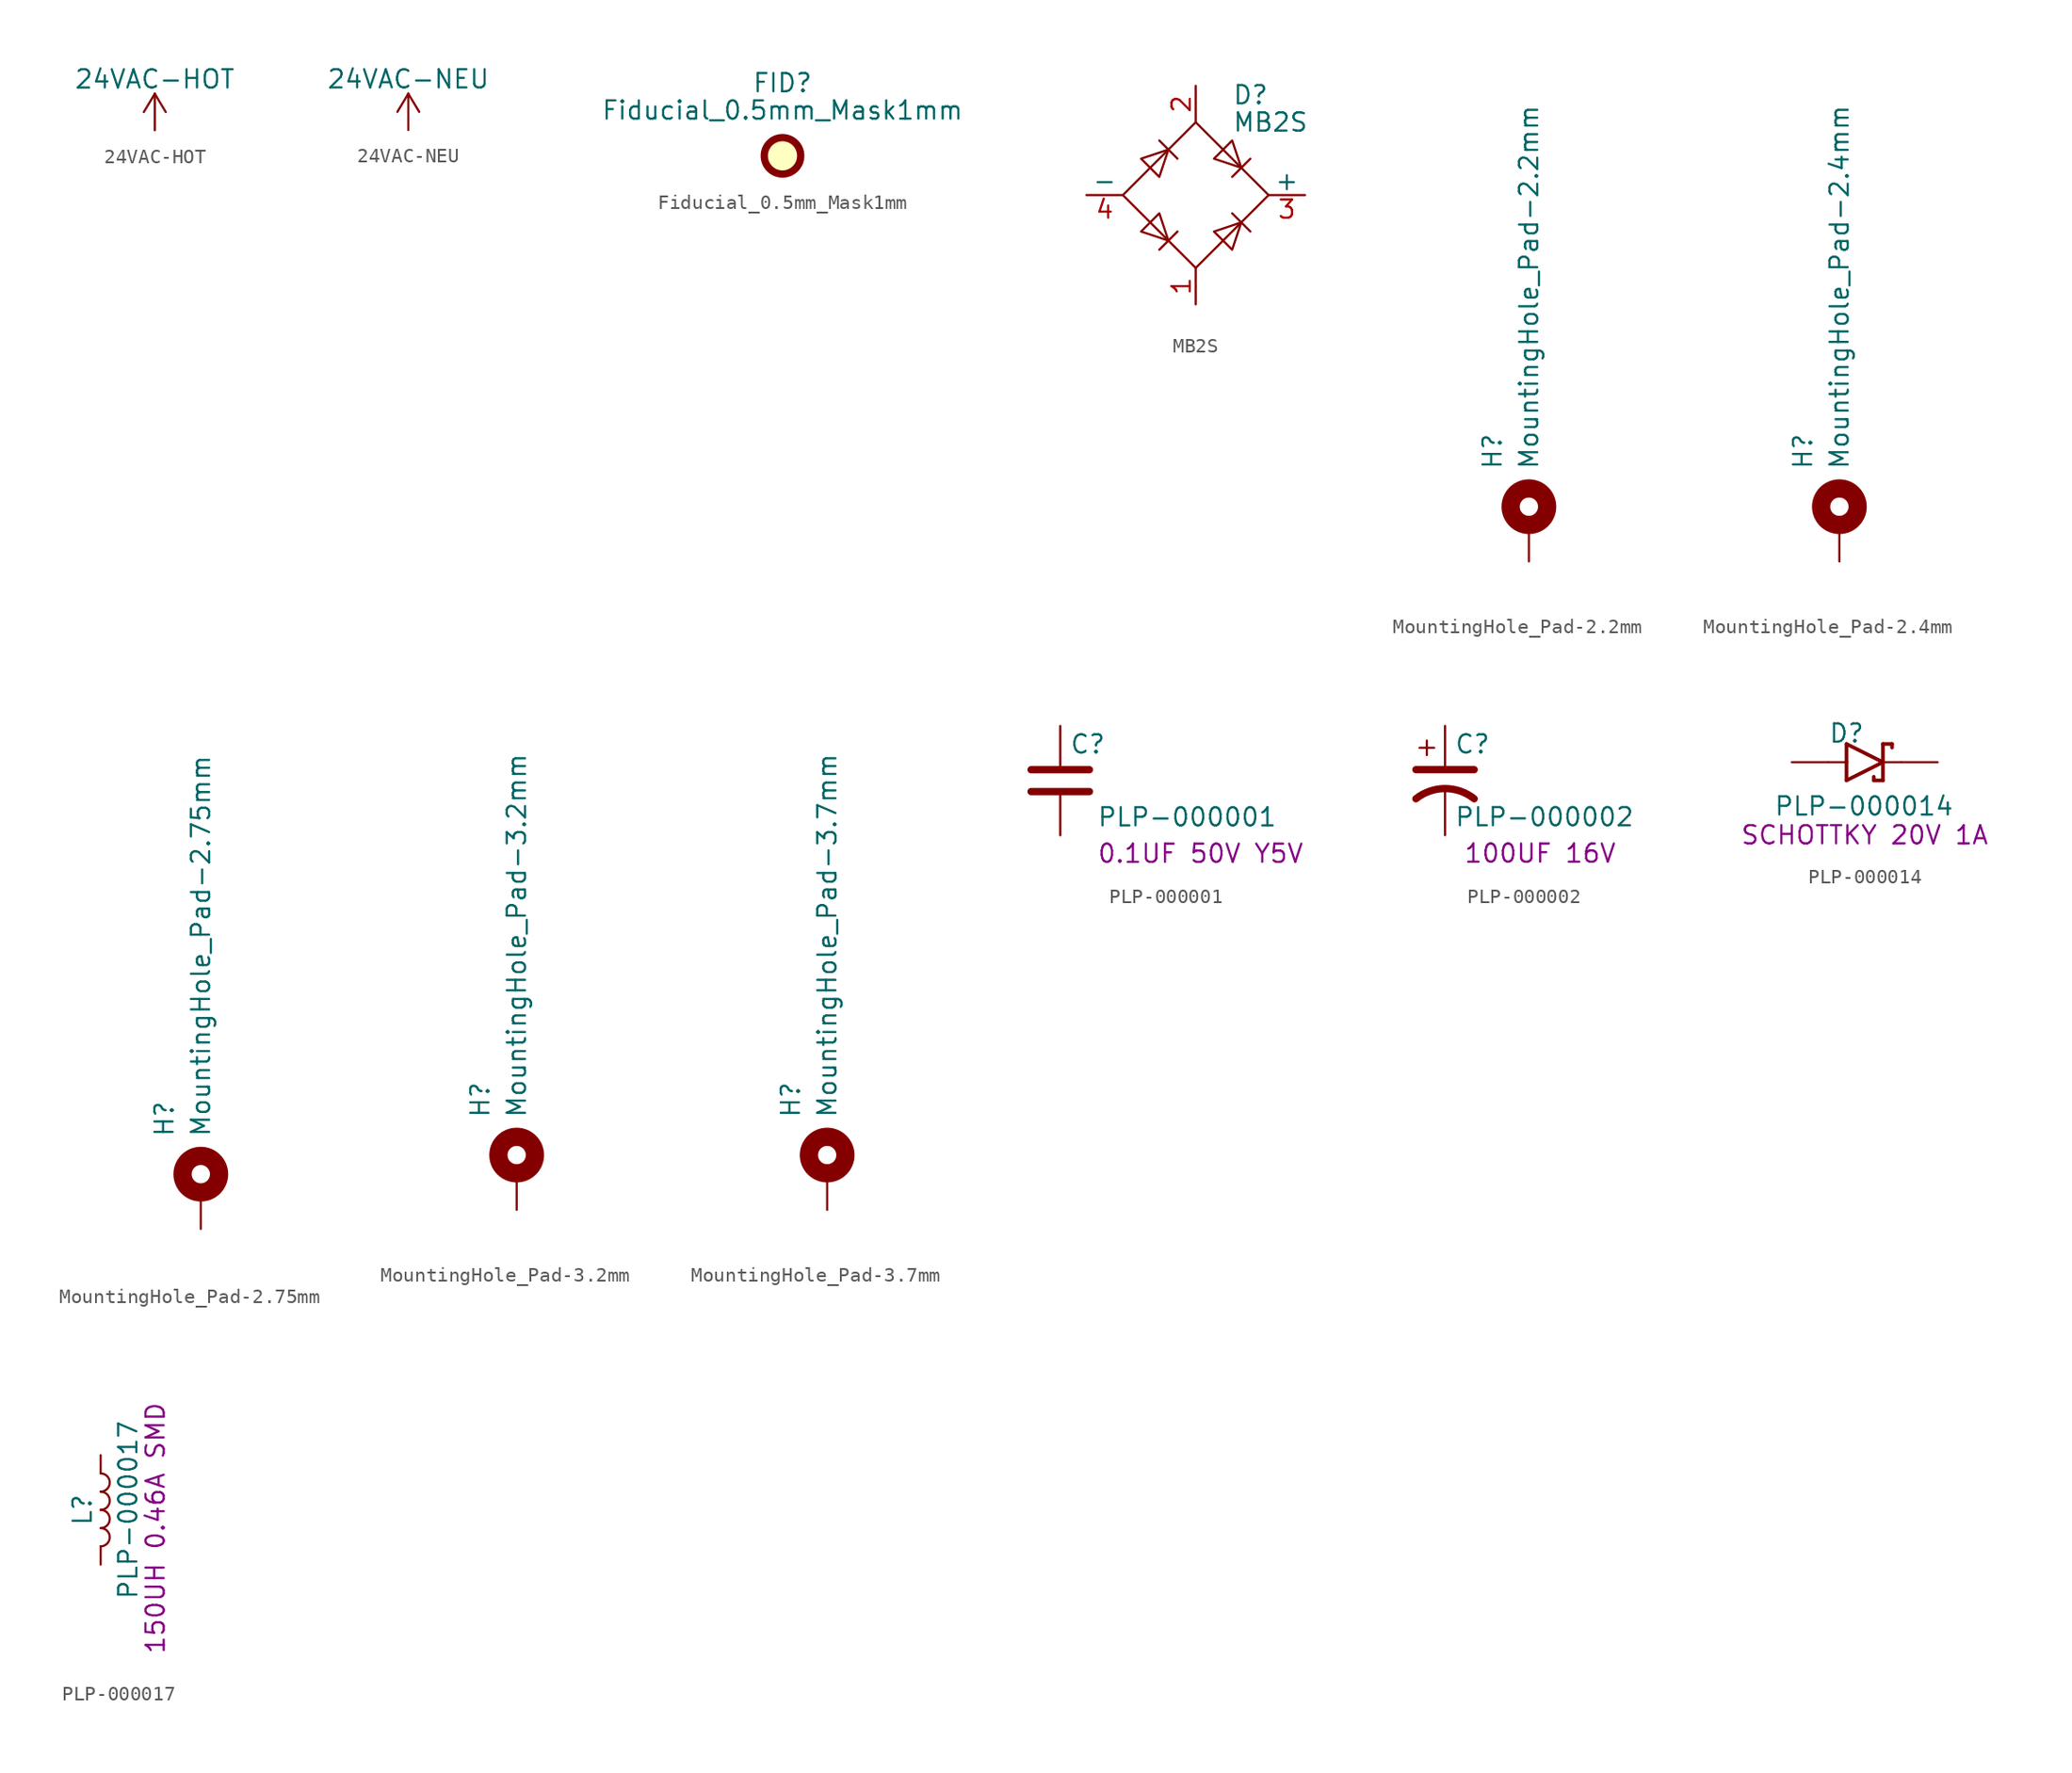
<source format=kicad_sym>
(kicad_symbol_lib
  (version 20241209)
  (generator "kicad_symbol_editor")
  (generator_version "9.0")
  (symbol "24VAC-HOT"
    (power)
    (pin_numbers
      (hide yes))
    (pin_names
      (offset 0)
      (hide yes))
    (property "Reference" "#PWR"
      (at 0 -3.81 0)
      (effects (font (size 1.27 1.27)) (hide yes)))
    (property "Value" "24VAC-HOT"
      (at 0 3.556 0)
      (effects (font (size 1.27 1.27))))
    (symbol "24VAC-HOT_0_1"
      (polyline (pts (xy -0.762 1.27) (xy 0 2.54)) (stroke (width 0) (type default)) (fill (type none)))
      (polyline (pts (xy 0 2.54) (xy 0.762 1.27)) (stroke (width 0) (type default)) (fill (type none)))
      (polyline (pts (xy 0 0) (xy 0 2.54)) (stroke (width 0) (type default)) (fill (type none))))
    (symbol "24VAC-HOT_1_1"
      (pin power_in line (at 0 0 90) (length 0) (hide yes) (name "24VAC-HOT" (effects (font (size 0.3 0.3)))) (number "1" (effects (font (size 0.3 0.3)))))))
  (symbol "24VAC-NEU"
    (power)
    (pin_numbers
      (hide yes))
    (pin_names
      (offset 0)
      (hide yes))
    (property "Reference" "#PWR"
      (at 0 -3.81 0)
      (effects (font (size 1.27 1.27)) (hide yes)))
    (property "Value" "24VAC-NEU"
      (at 0 3.556 0)
      (effects (font (size 1.27 1.27))))
    (symbol "24VAC-NEU_0_1"
      (polyline (pts (xy -0.762 1.27) (xy 0 2.54)) (stroke (width 0) (type default)) (fill (type none)))
      (polyline (pts (xy 0 2.54) (xy 0.762 1.27)) (stroke (width 0) (type default)) (fill (type none)))
      (polyline (pts (xy 0 0) (xy 0 2.54)) (stroke (width 0) (type default)) (fill (type none))))
    (symbol "24VAC-NEU_1_1"
      (pin power_in line (at 0 0 90) (length 0) (hide yes) (name "24VAC-NEU" (effects (font (size 0.3 0.3)))) (number "1" (effects (font (size 0.3 0.3)))))))
  (symbol "Fiducial_0.5mm_Mask1mm"
    (property "Reference" "FID"
      (at 0 5.08 0)
      (effects (font (size 1.27 1.27))))
    (property "Value" "Fiducial_0.5mm_Mask1mm"
      (at 0 3.175 0)
      (effects (font (size 1.27 1.27))))
    (symbol "Fiducial_0.5mm_Mask1mm_0_1"
      (circle (center 0 0) (radius 1.27) (stroke (width 0.508) (type default)) (fill (type background)))))
  (symbol "MB2S"
    (pin_names
      (offset 0))
    (property "Reference" "D"
      (at 2.54 6.985 0)
      (effects (font (size 1.27 1.27)) (justify left)))
    (property "Value" "MB2S"
      (at 2.54 5.08 0)
      (effects (font (size 1.27 1.27)) (justify left)))
    (symbol "MB2S_0_1"
      (polyline (pts (xy -5.08 0) (xy 0 -5.08) (xy 5.08 0) (xy 0 5.08) (xy -5.08 0)) (stroke (width 0) (type default)) (fill (type none)))
      (polyline (pts (xy -3.81 2.54) (xy -2.54 1.27) (xy -1.905 3.175) (xy -3.81 2.54)) (stroke (width 0) (type default)) (fill (type none)))
      (polyline (pts (xy -2.54 3.81) (xy -1.27 2.54)) (stroke (width 0) (type default)) (fill (type none)))
      (polyline (pts (xy -2.54 -1.27) (xy -3.81 -2.54) (xy -1.905 -3.175) (xy -2.54 -1.27)) (stroke (width 0) (type default)) (fill (type none)))
      (polyline (pts (xy -1.27 -2.54) (xy -2.54 -3.81)) (stroke (width 0) (type default)) (fill (type none)))
      (polyline (pts (xy 1.27 2.54) (xy 2.54 3.81) (xy 3.175 1.905) (xy 1.27 2.54)) (stroke (width 0) (type default)) (fill (type none)))
      (polyline (pts (xy 2.54 1.27) (xy 3.81 2.54)) (stroke (width 0) (type default)) (fill (type none)))
      (polyline (pts (xy 2.54 -1.27) (xy 3.81 -2.54)) (stroke (width 0) (type default)) (fill (type none)))
      (polyline (pts (xy 3.175 -1.905) (xy 1.27 -2.54) (xy 2.54 -3.81) (xy 3.175 -1.905)) (stroke (width 0) (type default)) (fill (type none))))
    (symbol "MB2S_1_1"
      (pin passive line (at -7.62 0 0) (length 2.54) (name "-" (effects (font (size 1.27 1.27)))) (number "4" (effects (font (size 1.27 1.27)))))
      (pin passive line (at 0 7.62 270) (length 2.54) (name "~" (effects (font (size 1.27 1.27)))) (number "2" (effects (font (size 1.27 1.27)))))
      (pin passive line (at 0 -7.62 90) (length 2.54) (name "~" (effects (font (size 1.27 1.27)))) (number "1" (effects (font (size 1.27 1.27)))))
      (pin passive line (at 7.62 0 180) (length 2.54) (name "+" (effects (font (size 1.27 1.27)))) (number "3" (effects (font (size 1.27 1.27)))))))
  (symbol "MountingHole_Pad-2.2mm"
    (pin_numbers
      (hide yes))
    (pin_names
      (offset 1.016)
      (hide yes))
    (property "Reference" "H"
      (at -2.54 3.81 90)
      (effects (font (size 1.27 1.27)) (justify left)))
    (property "Value" "MountingHole_Pad-2.2mm"
      (at 0 3.81 90)
      (effects (font (size 1.27 1.27)) (justify left)))
    (symbol "MountingHole_Pad-2.2mm_0_1"
      (circle (center 0 1.27) (radius 1.27) (stroke (width 1.27) (type default)) (fill (type none))))
    (symbol "MountingHole_Pad-2.2mm_1_1"
      (pin input line (at 0 -2.54 90) (length 2.54) (name "1" (effects (font (size 1.27 1.27)))) (number "1" (effects (font (size 1.27 1.27)))))))
  (symbol "MountingHole_Pad-2.4mm"
    (pin_numbers
      (hide yes))
    (pin_names
      (offset 1.016)
      (hide yes))
    (property "Reference" "H"
      (at -2.54 3.81 90)
      (effects (font (size 1.27 1.27)) (justify left)))
    (property "Value" "MountingHole_Pad-2.4mm"
      (at 0 3.81 90)
      (effects (font (size 1.27 1.27)) (justify left)))
    (symbol "MountingHole_Pad-2.4mm_0_1"
      (circle (center 0 1.27) (radius 1.27) (stroke (width 1.27) (type default)) (fill (type none))))
    (symbol "MountingHole_Pad-2.4mm_1_1"
      (pin input line (at 0 -2.54 90) (length 2.54) (name "1" (effects (font (size 1.27 1.27)))) (number "1" (effects (font (size 1.27 1.27)))))))
  (symbol "MountingHole_Pad-2.75mm"
    (pin_numbers
      (hide yes))
    (pin_names
      (offset 1.016)
      (hide yes))
    (property "Reference" "H"
      (at -2.54 3.81 90)
      (effects (font (size 1.27 1.27)) (justify left)))
    (property "Value" "MountingHole_Pad-2.75mm"
      (at 0 3.81 90)
      (effects (font (size 1.27 1.27)) (justify left)))
    (symbol "MountingHole_Pad-2.75mm_0_1"
      (circle (center 0 1.27) (radius 1.27) (stroke (width 1.27) (type default)) (fill (type none))))
    (symbol "MountingHole_Pad-2.75mm_1_1"
      (pin input line (at 0 -2.54 90) (length 2.54) (name "1" (effects (font (size 1.27 1.27)))) (number "1" (effects (font (size 1.27 1.27)))))))
  (symbol "MountingHole_Pad-3.2mm"
    (pin_numbers
      (hide yes))
    (pin_names
      (offset 1.016)
      (hide yes))
    (property "Reference" "H"
      (at -2.54 3.81 90)
      (effects (font (size 1.27 1.27)) (justify left)))
    (property "Value" "MountingHole_Pad-3.2mm"
      (at 0 3.81 90)
      (effects (font (size 1.27 1.27)) (justify left)))
    (symbol "MountingHole_Pad-3.2mm_0_1"
      (circle (center 0 1.27) (radius 1.27) (stroke (width 1.27) (type default)) (fill (type none))))
    (symbol "MountingHole_Pad-3.2mm_1_1"
      (pin input line (at 0 -2.54 90) (length 2.54) (name "1" (effects (font (size 1.27 1.27)))) (number "1" (effects (font (size 1.27 1.27)))))))
  (symbol "MountingHole_Pad-3.7mm"
    (pin_numbers
      (hide yes))
    (pin_names
      (offset 1.016)
      (hide yes))
    (property "Reference" "H"
      (at -2.54 3.81 90)
      (effects (font (size 1.27 1.27)) (justify left)))
    (property "Value" "MountingHole_Pad-3.7mm"
      (at 0 3.81 90)
      (effects (font (size 1.27 1.27)) (justify left)))
    (symbol "MountingHole_Pad-3.7mm_0_1"
      (circle (center 0 1.27) (radius 1.27) (stroke (width 1.27) (type default)) (fill (type none))))
    (symbol "MountingHole_Pad-3.7mm_1_1"
      (pin input line (at 0 -2.54 90) (length 2.54) (name "1" (effects (font (size 1.27 1.27)))) (number "1" (effects (font (size 1.27 1.27)))))))
  (symbol "PLP-000001"
    (pin_numbers
      (hide yes))
    (pin_names
      (offset 0.254))
    (property "Reference" "C"
      (at 0.635 2.54 0)
      (effects (font (size 1.27 1.27)) (justify left)))
    (property "Value" "PLP-000001"
      (at 2.54 -2.54 0)
      (effects (font (size 1.27 1.27)) (justify left)))
    (property "Info" "0.1UF 50V Y5V"
      (at 2.54 -5.08 0)
      (effects (font (size 1.27 1.27)) (justify left)))
    (symbol "PLP-000001_0_1"
      (polyline (pts (xy -2.032 0.762) (xy 2.032 0.762)) (stroke (width 0.508) (type default)) (fill (type none)))
      (polyline (pts (xy -2.032 -0.762) (xy 2.032 -0.762)) (stroke (width 0.508) (type default)) (fill (type none))))
    (symbol "PLP-000001_1_1"
      (pin passive line (at 0 3.81 270) (length 2.794) (name "~" (effects (font (size 1.27 1.27)))) (number "1" (effects (font (size 1.27 1.27)))))
      (pin passive line (at 0 -3.81 90) (length 2.794) (name "~" (effects (font (size 1.27 1.27)))) (number "2" (effects (font (size 1.27 1.27)))))))
  (symbol "PLP-000002"
    (pin_numbers
      (hide yes))
    (pin_names
      (offset 0.254)
      (hide yes))
    (property "Reference" "C"
      (at 0.635 2.54 0)
      (effects (font (size 1.27 1.27)) (justify left)))
    (property "Value" "PLP-000002"
      (at 0.635 -2.54 0)
      (effects (font (size 1.27 1.27)) (justify left)))
    (property "Info" "100UF 16V"
      (at 1.27 -5.08 0)
      (effects (font (size 1.27 1.27)) (justify left)))
    (symbol "PLP-000002_0_1"
      (polyline (pts (xy -2.032 0.762) (xy 2.032 0.762)) (stroke (width 0.508) (type default)) (fill (type none)))
      (polyline (pts (xy -1.778 2.286) (xy -0.762 2.286)) (stroke (width 0) (type default)) (fill (type none)))
      (polyline (pts (xy -1.27 1.778) (xy -1.27 2.794)) (stroke (width 0) (type default)) (fill (type none)))
      (arc (start -2.032 -1.27) (mid 0 -0.5572) (end 2.032 -1.27) (stroke (width 0.508) (type default)) (fill (type none))))
    (symbol "PLP-000002_1_1"
      (pin passive line (at 0 3.81 270) (length 2.794) (name "~" (effects (font (size 1.27 1.27)))) (number "1" (effects (font (size 1.27 1.27)))))
      (pin passive line (at 0 -3.81 90) (length 3.302) (name "~" (effects (font (size 1.27 1.27)))) (number "2" (effects (font (size 1.27 1.27)))))))
  (symbol "PLP-000014"
    (pin_numbers
      (hide yes))
    (pin_names
      (offset 1.016)
      (hide yes))
    (property "Reference" "D"
      (at -2.54 1.27 0)
      (effects (font (size 1.27 1.27)) (justify left bottom)))
    (property "Value" "PLP-000014"
      (at -6.35 -3.81 0)
      (effects (font (size 1.27 1.27)) (justify left bottom)))
    (property "Info" "SCHOTTKY 20V 1A"
      (at 0 -5.08 0)
      (effects (font (size 1.27 1.27))))
    (symbol "PLP-000014_0_0"
      (polyline (pts (xy -2.54 0) (xy -1.27 0)) (stroke (width 0.152) (type default)) (fill (type none)))
      (polyline (pts (xy -1.27 1.27) (xy -1.27 0)) (stroke (width 0.254) (type default)) (fill (type none)))
      (polyline (pts (xy -1.27 0) (xy -1.27 -1.27)) (stroke (width 0.254) (type default)) (fill (type none)))
      (polyline (pts (xy -1.27 -1.27) (xy 1.27 0)) (stroke (width 0.254) (type default)) (fill (type none)))
      (polyline (pts (xy 0.635 -1.016) (xy 0.635 -1.27)) (stroke (width 0.254) (type default)) (fill (type none)))
      (polyline (pts (xy 1.27 1.27) (xy 1.27 0)) (stroke (width 0.254) (type default)) (fill (type none)))
      (polyline (pts (xy 1.27 0) (xy -1.27 1.27)) (stroke (width 0.254) (type default)) (fill (type none)))
      (polyline (pts (xy 1.27 0) (xy 1.27 -1.27)) (stroke (width 0.254) (type default)) (fill (type none)))
      (polyline (pts (xy 1.27 0) (xy 2.54 0)) (stroke (width 0.152) (type default)) (fill (type none)))
      (polyline (pts (xy 1.27 -1.27) (xy 0.635 -1.27)) (stroke (width 0.254) (type default)) (fill (type none)))
      (polyline (pts (xy 1.905 1.27) (xy 1.27 1.27)) (stroke (width 0.254) (type default)) (fill (type none)))
      (polyline (pts (xy 1.905 1.27) (xy 1.905 1.016)) (stroke (width 0.254) (type default)) (fill (type none)))
      (pin passive line (at -5.08 0 0) (length 2.54) (name "~" (effects (font (size 1.016 1.016)))) (number "A" (effects (font (size 1.016 1.016)))))
      (pin passive line (at 5.08 0 180) (length 2.54) (name "~" (effects (font (size 1.016 1.016)))) (number "C" (effects (font (size 1.016 1.016)))))))
  (symbol "PLP-000017"
    (pin_numbers
      (hide yes))
    (pin_names
      (offset 1.016)
      (hide yes))
    (property "Reference" "L"
      (at -1.27 0 90)
      (effects (font (size 1.27 1.27))))
    (property "Value" "PLP-000017"
      (at 1.905 0 90)
      (effects (font (size 1.27 1.27))))
    (property "Info" "150UH 0.46A SMD"
      (at 3.81 -1.27 90)
      (effects (font (size 1.27 1.27))))
    (symbol "PLP-000017_0_1"
      (arc (start 0 2.54) (mid 0.6323 1.905) (end 0 1.27) (stroke (width 0) (type default)) (fill (type none)))
      (arc (start 0 1.27) (mid 0.6323 0.635) (end 0 0) (stroke (width 0) (type default)) (fill (type none)))
      (arc (start 0 0) (mid 0.6323 -0.635) (end 0 -1.27) (stroke (width 0) (type default)) (fill (type none)))
      (arc (start 0 -1.27) (mid 0.6323 -1.905) (end 0 -2.54) (stroke (width 0) (type default)) (fill (type none))))
    (symbol "PLP-000017_1_1"
      (pin passive line (at 0 3.81 270) (length 1.27) (name "1" (effects (font (size 1.27 1.27)))) (number "1" (effects (font (size 1.27 1.27)))))
      (pin passive line (at 0 -3.81 90) (length 1.27) (name "2" (effects (font (size 1.27 1.27)))) (number "2" (effects (font (size 1.27 1.27))))))))
</source>
